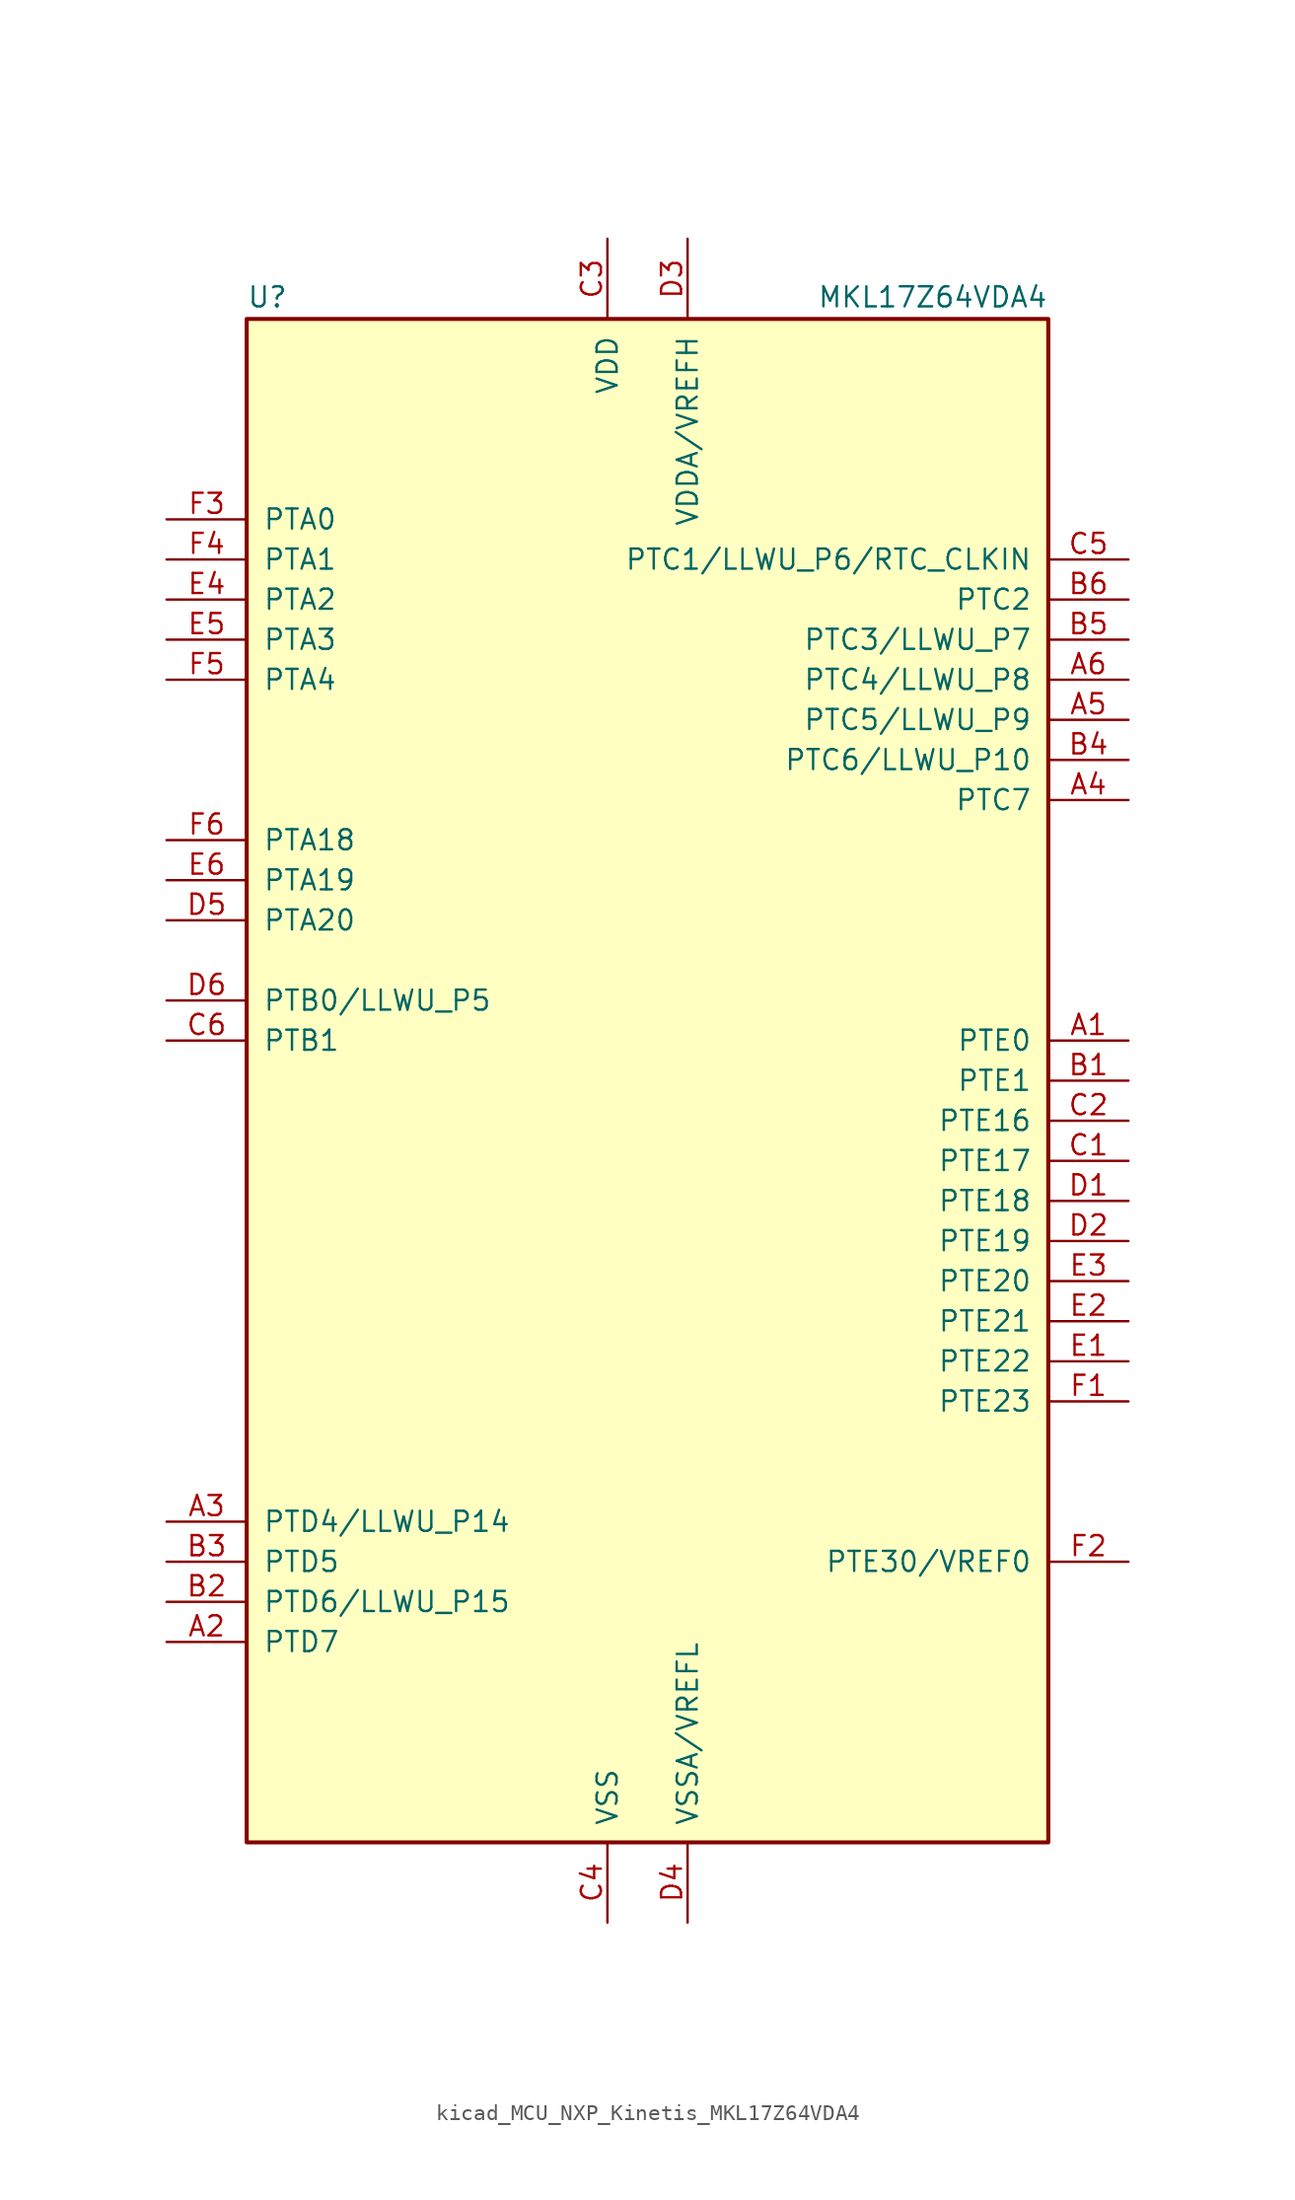
<source format=kicad_sym>
(kicad_symbol_lib
  (version 20220914)
  (generator kicad_symbol_editor)
  (symbol "kicad_MCU_NXP_Kinetis_MKL17Z64VDA4"
    (pin_names
      (offset 1.016))
    (property "Reference" "U"
      (at -25.4 48.895 0)
      (effects (font (size 1.27 1.27)) (justify left bottom)))
    (property "Value" "MKL17Z64VDA4"
      (at 25.4 48.895 0)
      (effects (font (size 1.27 1.27)) (justify right bottom)))
    (symbol "kicad_MCU_NXP_Kinetis_MKL17Z64VDA4_0_1"
      (rectangle (start -25.4 48.26) (end 25.4 -48.26) (stroke (width 0.254) (type default)) (fill (type background))))
    (symbol "kicad_MCU_NXP_Kinetis_MKL17Z64VDA4_1_1"
      (pin bidirectional line (at 30.48 2.54 180) (length 5.08) (name "PTE0" (effects (font (size 1.27 1.27)))) (number "A1" (effects (font (size 1.27 1.27)))))
      (pin bidirectional line (at -30.48 -35.56 0) (length 5.08) (name "PTD7" (effects (font (size 1.27 1.27)))) (number "A2" (effects (font (size 1.27 1.27)))))
      (pin bidirectional line (at -30.48 -27.94 0) (length 5.08) (name "PTD4/LLWU_P14" (effects (font (size 1.27 1.27)))) (number "A3" (effects (font (size 1.27 1.27)))))
      (pin bidirectional line (at 30.48 17.78 180) (length 5.08) (name "PTC7" (effects (font (size 1.27 1.27)))) (number "A4" (effects (font (size 1.27 1.27)))))
      (pin bidirectional line (at 30.48 22.86 180) (length 5.08) (name "PTC5/LLWU_P9" (effects (font (size 1.27 1.27)))) (number "A5" (effects (font (size 1.27 1.27)))))
      (pin bidirectional line (at 30.48 25.4 180) (length 5.08) (name "PTC4/LLWU_P8" (effects (font (size 1.27 1.27)))) (number "A6" (effects (font (size 1.27 1.27)))))
      (pin bidirectional line (at 30.48 0 180) (length 5.08) (name "PTE1" (effects (font (size 1.27 1.27)))) (number "B1" (effects (font (size 1.27 1.27)))))
      (pin bidirectional line (at -30.48 -33.02 0) (length 5.08) (name "PTD6/LLWU_P15" (effects (font (size 1.27 1.27)))) (number "B2" (effects (font (size 1.27 1.27)))))
      (pin bidirectional line (at -30.48 -30.48 0) (length 5.08) (name "PTD5" (effects (font (size 1.27 1.27)))) (number "B3" (effects (font (size 1.27 1.27)))))
      (pin bidirectional line (at 30.48 20.32 180) (length 5.08) (name "PTC6/LLWU_P10" (effects (font (size 1.27 1.27)))) (number "B4" (effects (font (size 1.27 1.27)))))
      (pin bidirectional line (at 30.48 27.94 180) (length 5.08) (name "PTC3/LLWU_P7" (effects (font (size 1.27 1.27)))) (number "B5" (effects (font (size 1.27 1.27)))))
      (pin bidirectional line (at 30.48 30.48 180) (length 5.08) (name "PTC2" (effects (font (size 1.27 1.27)))) (number "B6" (effects (font (size 1.27 1.27)))))
      (pin bidirectional line (at 30.48 -5.08 180) (length 5.08) (name "PTE17" (effects (font (size 1.27 1.27)))) (number "C1" (effects (font (size 1.27 1.27)))))
      (pin bidirectional line (at 30.48 -2.54 180) (length 5.08) (name "PTE16" (effects (font (size 1.27 1.27)))) (number "C2" (effects (font (size 1.27 1.27)))))
      (pin power_in line (at -2.54 53.34 270) (length 5.08) (name "VDD" (effects (font (size 1.27 1.27)))) (number "C3" (effects (font (size 1.27 1.27)))))
      (pin power_in line (at -2.54 -53.34 90) (length 5.08) (name "VSS" (effects (font (size 1.27 1.27)))) (number "C4" (effects (font (size 1.27 1.27)))))
      (pin bidirectional line (at 30.48 33.02 180) (length 5.08) (name "PTC1/LLWU_P6/RTC_CLKIN" (effects (font (size 1.27 1.27)))) (number "C5" (effects (font (size 1.27 1.27)))))
      (pin bidirectional line (at -30.48 2.54 0) (length 5.08) (name "PTB1" (effects (font (size 1.27 1.27)))) (number "C6" (effects (font (size 1.27 1.27)))))
      (pin bidirectional line (at 30.48 -7.62 180) (length 5.08) (name "PTE18" (effects (font (size 1.27 1.27)))) (number "D1" (effects (font (size 1.27 1.27)))))
      (pin bidirectional line (at 30.48 -10.16 180) (length 5.08) (name "PTE19" (effects (font (size 1.27 1.27)))) (number "D2" (effects (font (size 1.27 1.27)))))
      (pin power_in line (at 2.54 53.34 270) (length 5.08) (name "VDDA/VREFH" (effects (font (size 1.27 1.27)))) (number "D3" (effects (font (size 1.27 1.27)))))
      (pin power_in line (at 2.54 -53.34 90) (length 5.08) (name "VSSA/VREFL" (effects (font (size 1.27 1.27)))) (number "D4" (effects (font (size 1.27 1.27)))))
      (pin bidirectional line (at -30.48 10.16 0) (length 5.08) (name "PTA20" (effects (font (size 1.27 1.27)))) (number "D5" (effects (font (size 1.27 1.27)))))
      (pin bidirectional line (at -30.48 5.08 0) (length 5.08) (name "PTB0/LLWU_P5" (effects (font (size 1.27 1.27)))) (number "D6" (effects (font (size 1.27 1.27)))))
      (pin bidirectional line (at 30.48 -17.78 180) (length 5.08) (name "PTE22" (effects (font (size 1.27 1.27)))) (number "E1" (effects (font (size 1.27 1.27)))))
      (pin bidirectional line (at 30.48 -15.24 180) (length 5.08) (name "PTE21" (effects (font (size 1.27 1.27)))) (number "E2" (effects (font (size 1.27 1.27)))))
      (pin bidirectional line (at 30.48 -12.7 180) (length 5.08) (name "PTE20" (effects (font (size 1.27 1.27)))) (number "E3" (effects (font (size 1.27 1.27)))))
      (pin bidirectional line (at -30.48 30.48 0) (length 5.08) (name "PTA2" (effects (font (size 1.27 1.27)))) (number "E4" (effects (font (size 1.27 1.27)))))
      (pin bidirectional line (at -30.48 27.94 0) (length 5.08) (name "PTA3" (effects (font (size 1.27 1.27)))) (number "E5" (effects (font (size 1.27 1.27)))))
      (pin bidirectional line (at -30.48 12.7 0) (length 5.08) (name "PTA19" (effects (font (size 1.27 1.27)))) (number "E6" (effects (font (size 1.27 1.27)))))
      (pin bidirectional line (at 30.48 -20.32 180) (length 5.08) (name "PTE23" (effects (font (size 1.27 1.27)))) (number "F1" (effects (font (size 1.27 1.27)))))
      (pin bidirectional line (at 30.48 -30.48 180) (length 5.08) (name "PTE30/VREF0" (effects (font (size 1.27 1.27)))) (number "F2" (effects (font (size 1.27 1.27)))))
      (pin bidirectional line (at -30.48 35.56 0) (length 5.08) (name "PTA0" (effects (font (size 1.27 1.27)))) (number "F3" (effects (font (size 1.27 1.27)))))
      (pin bidirectional line (at -30.48 33.02 0) (length 5.08) (name "PTA1" (effects (font (size 1.27 1.27)))) (number "F4" (effects (font (size 1.27 1.27)))))
      (pin bidirectional line (at -30.48 25.4 0) (length 5.08) (name "PTA4" (effects (font (size 1.27 1.27)))) (number "F5" (effects (font (size 1.27 1.27)))))
      (pin bidirectional line (at -30.48 15.24 0) (length 5.08) (name "PTA18" (effects (font (size 1.27 1.27)))) (number "F6" (effects (font (size 1.27 1.27))))))))
</source>
